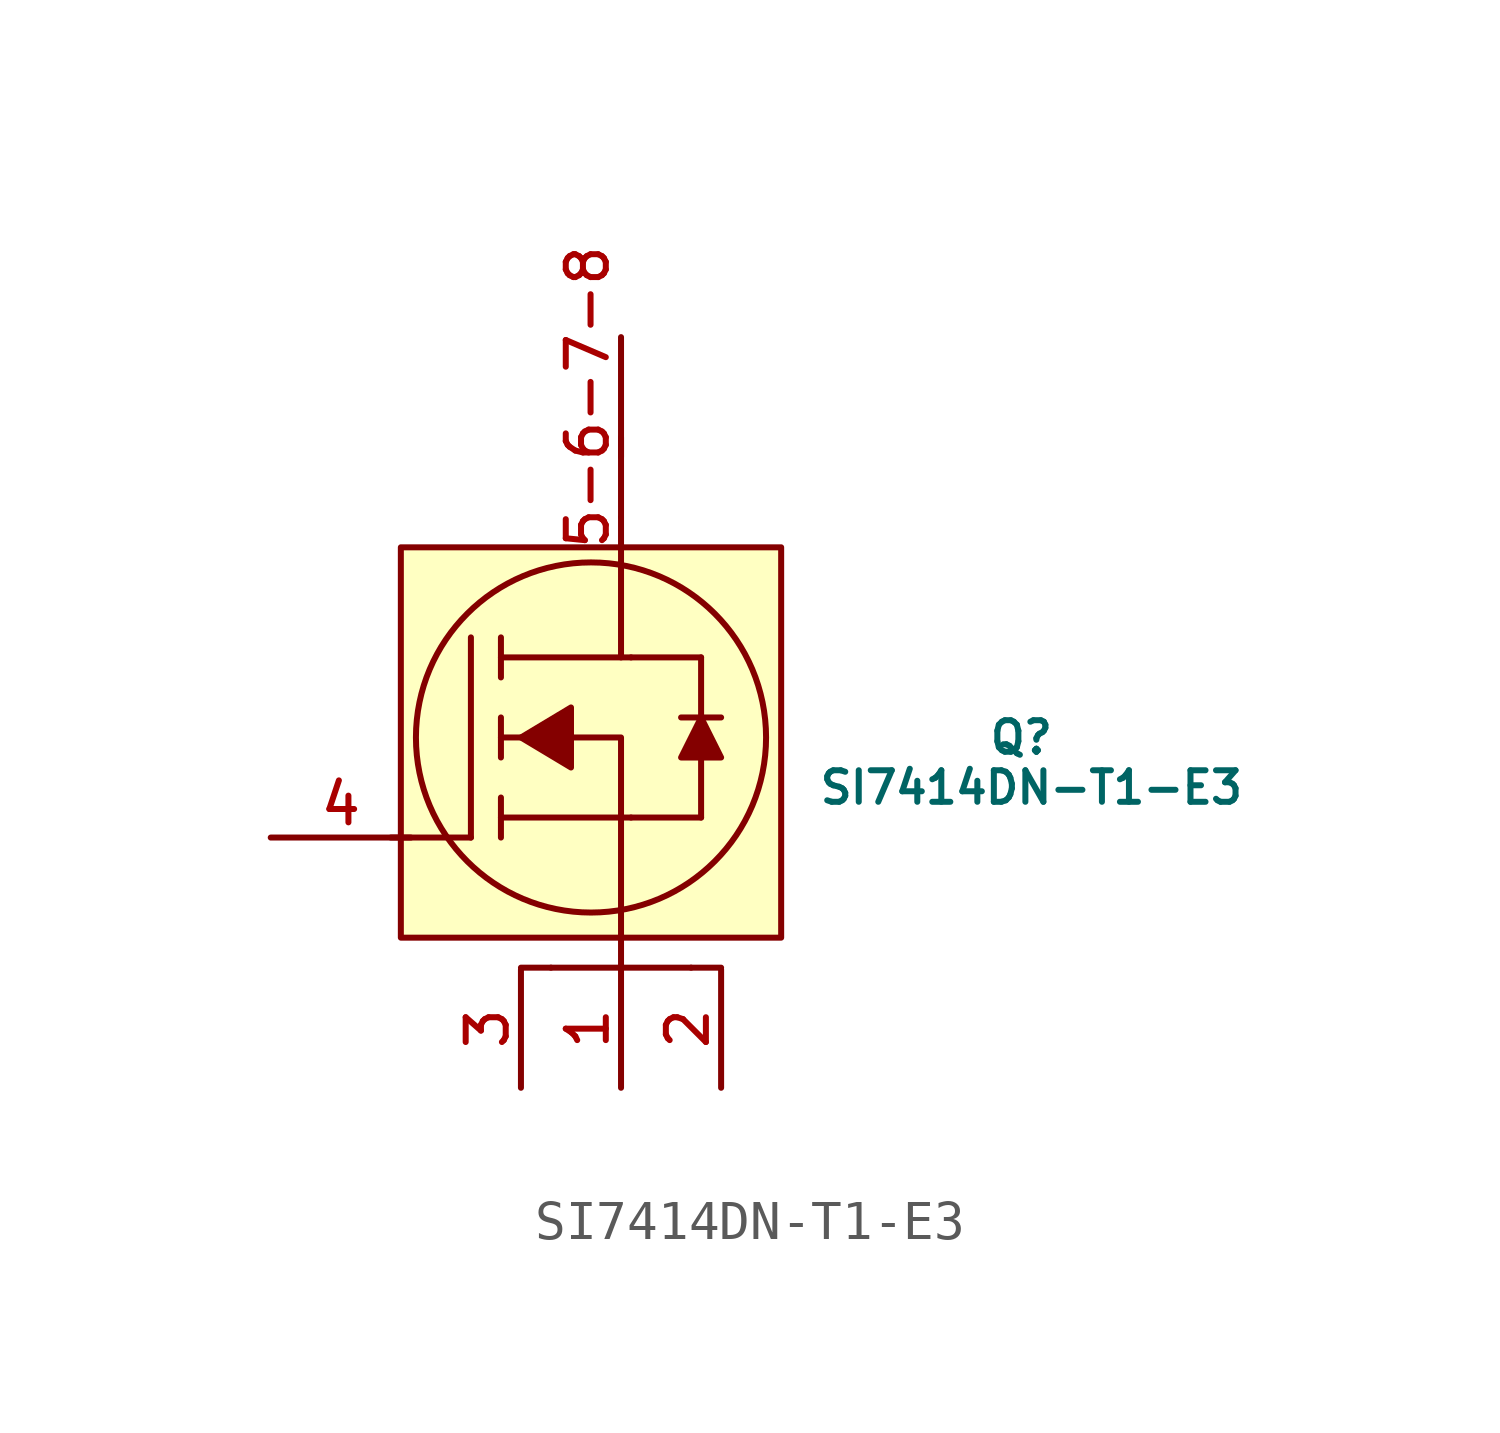
<source format=kicad_sym>
(kicad_symbol_lib
  (version 20220914)
  (generator kicad_symbol_editor)
  (symbol "SI7414DN-T1-E3"
    (pin_names
      (offset 1.016))
    (property "Reference" "Q"
      (at 10.16 -5.08 0)
      (do_not_autoplace)
      (effects (font (size 0.8 0.8))))
    (property "Value" "SI7414DN-T1-E3"
      (at 10.414 -6.35 0)
      (do_not_autoplace)
      (effects (font (size 0.8 0.8))))
    (symbol "SI7414DN-T1-E3_0_1"
      (polyline (pts (xy -1.778 -10.922) (xy -2.54 -10.922)) (stroke (width 0) (type default)) (fill (type none)))
      (polyline (pts (xy 1.778 -10.922) (xy 2.54 -10.922)) (stroke (width 0) (type default)) (fill (type none))))
    (symbol "SI7414DN-T1-E3_1_1"
      (rectangle (start -5.588 -0.254) (end 4.064 -10.16) (stroke (width 0) (type default)) (fill (type background)))
      (circle (center -0.762 -5.08) (radius 4.443) (stroke (width 0) (type default)) (fill (type none)))
      (polyline (pts (xy -3.81 -7.62) (xy -5.842 -7.62)) (stroke (width 0) (type default)) (fill (type none)))
      (polyline (pts (xy -3.81 -7.62) (xy -3.81 -2.54)) (stroke (width 0) (type solid)) (fill (type none)))
      (polyline (pts (xy -3.048 -7.112) (xy 0.254 -7.112)) (stroke (width 0) (type solid)) (fill (type none)))
      (polyline (pts (xy -3.048 -6.604) (xy -3.048 -7.62)) (stroke (width 0) (type solid)) (fill (type none)))
      (polyline (pts (xy -3.048 -4.572) (xy -3.048 -5.588)) (stroke (width 0) (type solid)) (fill (type none)))
      (polyline (pts (xy -3.048 -3.556) (xy -3.048 -2.54)) (stroke (width 0) (type solid)) (fill (type none)))
      (polyline (pts (xy -3.048 -3.048) (xy 0.254 -3.048)) (stroke (width 0) (type solid)) (fill (type none)))
      (polyline (pts (xy -2.54 -5.08) (xy -3.048 -5.08)) (stroke (width 0) (type default)) (fill (type none)))
      (polyline (pts (xy 0 -7.112) (xy 0 -10.922)) (stroke (width 0) (type default)) (fill (type none)))
      (polyline (pts (xy 0 -3.048) (xy 0 0.508)) (stroke (width 0) (type default)) (fill (type none)))
      (polyline (pts (xy 0 2.54) (xy 0 0.508)) (stroke (width 0) (type default)) (fill (type none)))
      (polyline (pts (xy 0.254 -7.112) (xy 2.032 -7.112)) (stroke (width 0) (type solid)) (fill (type none)))
      (polyline (pts (xy 1.778 -10.922) (xy -1.778 -10.922)) (stroke (width 0) (type default)) (fill (type none)))
      (polyline (pts (xy 2.032 -7.112) (xy 2.032 -3.048)) (stroke (width 0) (type solid)) (fill (type none)))
      (polyline (pts (xy 2.032 -4.572) (xy 1.524 -4.572)) (stroke (width 0) (type solid)) (fill (type none)))
      (polyline (pts (xy 2.032 -4.572) (xy 2.54 -4.572)) (stroke (width 0) (type solid)) (fill (type none)))
      (polyline (pts (xy 2.032 -3.048) (xy 0.254 -3.048)) (stroke (width 0) (type solid)) (fill (type none)))
      (polyline (pts (xy -1.27 -5.08) (xy 0 -5.08) (xy 0 -7.112)) (stroke (width 0) (type default)) (fill (type none)))
      (polyline (pts (xy -1.27 -4.318) (xy -1.27 -5.842) (xy -2.54 -5.08) (xy -1.27 -4.318)) (stroke (width 0) (type default)) (fill (type outline)))
      (polyline (pts (xy 2.032 -4.572) (xy 1.524 -5.588) (xy 2.54 -5.588) (xy 2.032 -4.572)) (stroke (width 0) (type default)) (fill (type outline)))
      (pin passive line (at 0 -13.97 90) (length 3) (name "S" (effects (font (size 0 0)))) (number "1" (effects (font (size 1.016 1.016)))))
      (pin passive line (at 2.54 -13.97 90) (length 3) (name "S" (effects (font (size 0 0)))) (number "2" (effects (font (size 1.016 1.016)))))
      (pin passive line (at -2.54 -13.97 90) (length 3) (name "S" (effects (font (size 0 0)))) (number "3" (effects (font (size 1.016 1.016)))))
      (pin passive line (at -8.89 -7.62 0) (length 3.556) (name "G" (effects (font (size 0 0)))) (number "4" (effects (font (size 1.016 1.016)))))
      (pin passive line (at 0 5.08 270) (length 3.048) (name "D" (effects (font (size 0 0)))) (number "5-6-7-8" (effects (font (size 1.016 1.016))))))))
</source>
